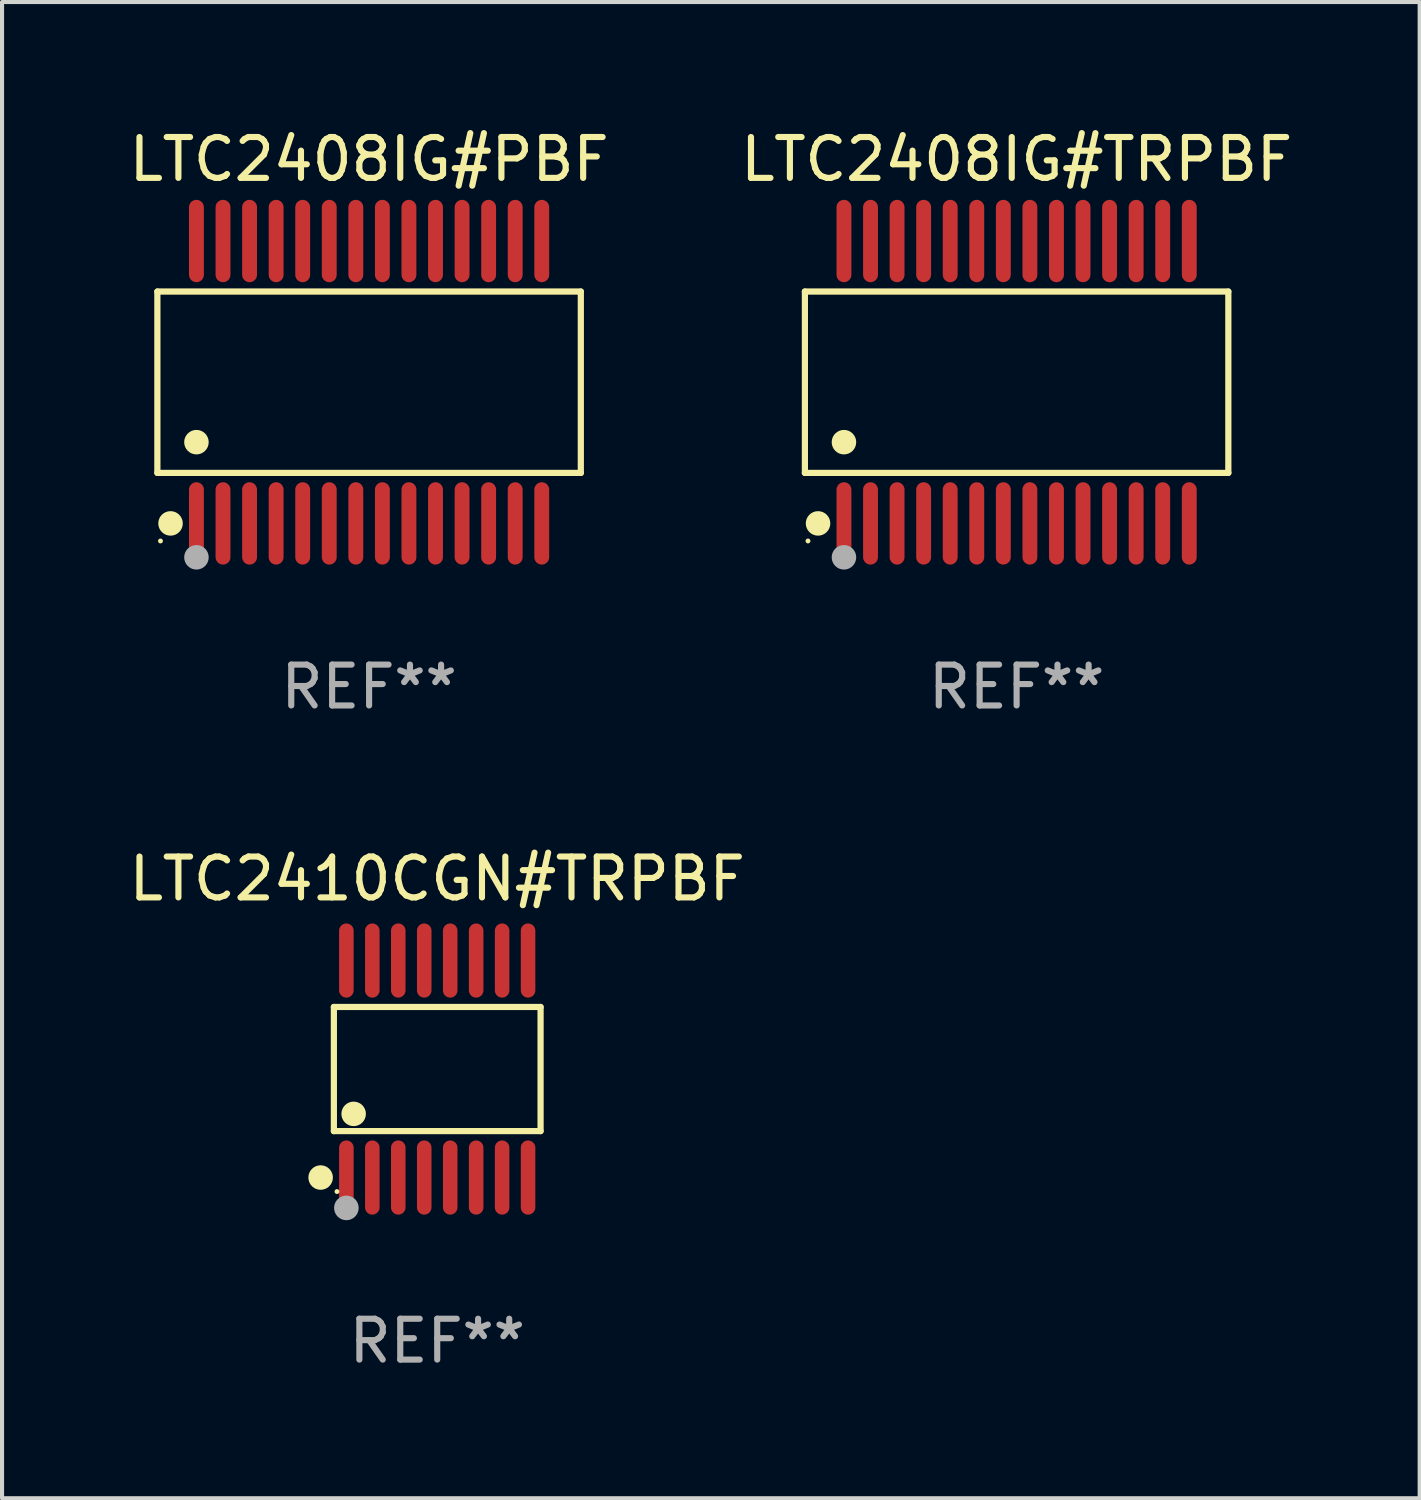
<source format=kicad_pcb>
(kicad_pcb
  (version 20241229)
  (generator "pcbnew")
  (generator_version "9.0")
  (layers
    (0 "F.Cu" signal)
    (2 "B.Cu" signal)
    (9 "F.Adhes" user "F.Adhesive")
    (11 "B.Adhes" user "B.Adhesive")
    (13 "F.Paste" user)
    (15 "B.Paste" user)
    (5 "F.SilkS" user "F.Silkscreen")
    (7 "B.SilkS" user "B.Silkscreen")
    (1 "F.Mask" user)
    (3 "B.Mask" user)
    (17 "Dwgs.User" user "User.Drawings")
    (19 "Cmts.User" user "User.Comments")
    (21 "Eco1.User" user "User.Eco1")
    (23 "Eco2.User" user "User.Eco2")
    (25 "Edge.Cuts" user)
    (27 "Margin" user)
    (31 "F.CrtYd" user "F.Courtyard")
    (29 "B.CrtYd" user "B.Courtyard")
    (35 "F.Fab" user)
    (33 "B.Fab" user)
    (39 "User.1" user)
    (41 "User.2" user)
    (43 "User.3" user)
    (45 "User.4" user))
  (footprint "LTC2408IG#TRPBF"
    (layer "F.Cu")
    (at 21.827 6.303)
    (property "Reference" "LTC2408IG#TRPBF" (at 0 -5.455 0) (layer "F.SilkS") (effects (font (size 1 1) (thickness 0.15))))
    (attr through_hole)
    (fp_line (start -5.181 -2.219) (end 5.181 -2.219) (stroke (width 0.152) (type solid)) (layer "F.SilkS"))
    (fp_line (start -5.181 2.219) (end -5.181 -2.219) (stroke (width 0.152) (type solid)) (layer "F.SilkS"))
    (fp_line (start 5.181 -2.219) (end 5.181 2.219) (stroke (width 0.152) (type solid)) (layer "F.SilkS"))
    (fp_line (start 5.181 2.219) (end -5.181 2.219) (stroke (width 0.152) (type solid)) (layer "F.SilkS"))
    (fp_circle (center -5.105 3.885) (end -5.075 3.885) (stroke (width 0.06) (type solid)) (fill no) (layer "F.SilkS"))
    (fp_circle (center -4.859 3.455) (end -4.709 3.455) (stroke (width 0.3) (type solid)) (fill no) (layer "F.SilkS"))
    (fp_circle (center -4.225 1.467) (end -4.075 1.467) (stroke (width 0.3) (type solid)) (fill no) (layer "F.SilkS"))
    (fp_circle (center -4.225 4.285) (end -4.075 4.285) (stroke (width 0.3) (type solid)) (fill no) (layer "F.Fab"))
    (fp_text user "REF**" (at 0 7.455 0) (layer "F.Fab") (effects (font (size 1 1) (thickness 0.15))))
    (pad "1" smd oval (at -4.225 3.455) (size 0.364 2.015) (layers "F.Cu" "F.Mask" "F.Paste"))
    (pad "2" smd oval (at -3.575 3.455) (size 0.364 2.015) (layers "F.Cu" "F.Mask" "F.Paste"))
    (pad "3" smd oval (at -2.925 3.455) (size 0.364 2.015) (layers "F.Cu" "F.Mask" "F.Paste"))
    (pad "4" smd oval (at -2.275 3.455) (size 0.364 2.015) (layers "F.Cu" "F.Mask" "F.Paste"))
    (pad "5" smd oval (at -1.625 3.455) (size 0.364 2.015) (layers "F.Cu" "F.Mask" "F.Paste"))
    (pad "6" smd oval (at -0.975 3.455) (size 0.364 2.015) (layers "F.Cu" "F.Mask" "F.Paste"))
    (pad "7" smd oval (at -0.325 3.455) (size 0.364 2.015) (layers "F.Cu" "F.Mask" "F.Paste"))
    (pad "8" smd oval (at 0.325 3.455) (size 0.364 2.015) (layers "F.Cu" "F.Mask" "F.Paste"))
    (pad "9" smd oval (at 0.975 3.455) (size 0.364 2.015) (layers "F.Cu" "F.Mask" "F.Paste"))
    (pad "10" smd oval (at 1.625 3.455) (size 0.364 2.015) (layers "F.Cu" "F.Mask" "F.Paste"))
    (pad "11" smd oval (at 2.275 3.455) (size 0.364 2.015) (layers "F.Cu" "F.Mask" "F.Paste"))
    (pad "12" smd oval (at 2.925 3.455) (size 0.364 2.015) (layers "F.Cu" "F.Mask" "F.Paste"))
    (pad "13" smd oval (at 3.575 3.455) (size 0.364 2.015) (layers "F.Cu" "F.Mask" "F.Paste"))
    (pad "14" smd oval (at 4.225 3.455) (size 0.364 2.015) (layers "F.Cu" "F.Mask" "F.Paste"))
    (pad "15" smd oval (at 4.225 -3.455) (size 0.364 2.015) (layers "F.Cu" "F.Mask" "F.Paste"))
    (pad "16" smd oval (at 3.575 -3.455) (size 0.364 2.015) (layers "F.Cu" "F.Mask" "F.Paste"))
    (pad "17" smd oval (at 2.925 -3.455) (size 0.364 2.015) (layers "F.Cu" "F.Mask" "F.Paste"))
    (pad "18" smd oval (at 2.275 -3.455) (size 0.364 2.015) (layers "F.Cu" "F.Mask" "F.Paste"))
    (pad "19" smd oval (at 1.625 -3.455) (size 0.364 2.015) (layers "F.Cu" "F.Mask" "F.Paste"))
    (pad "20" smd oval (at 0.975 -3.455) (size 0.364 2.015) (layers "F.Cu" "F.Mask" "F.Paste"))
    (pad "21" smd oval (at 0.325 -3.455) (size 0.364 2.015) (layers "F.Cu" "F.Mask" "F.Paste"))
    (pad "22" smd oval (at -0.325 -3.455) (size 0.364 2.015) (layers "F.Cu" "F.Mask" "F.Paste"))
    (pad "23" smd oval (at -0.975 -3.455) (size 0.364 2.015) (layers "F.Cu" "F.Mask" "F.Paste"))
    (pad "24" smd oval (at -1.625 -3.455) (size 0.364 2.015) (layers "F.Cu" "F.Mask" "F.Paste"))
    (pad "25" smd oval (at -2.275 -3.455) (size 0.364 2.015) (layers "F.Cu" "F.Mask" "F.Paste"))
    (pad "26" smd oval (at -2.925 -3.455) (size 0.364 2.015) (layers "F.Cu" "F.Mask" "F.Paste"))
    (pad "27" smd oval (at -3.575 -3.455) (size 0.364 2.015) (layers "F.Cu" "F.Mask" "F.Paste"))
    (pad "28" smd oval (at -4.225 -3.455) (size 0.364 2.015) (layers "F.Cu" "F.Mask" "F.Paste")))
  (footprint "LTC2410CGN#TRPBF"
    (layer "F.Cu")
    (at 7.649 23.11)
    (property "Reference" "LTC2410CGN#TRPBF" (at 0 -4.655 0) (layer "F.SilkS") (effects (font (size 1 1) (thickness 0.15))))
    (attr through_hole)
    (fp_line (start -2.529 -1.519) (end 2.529 -1.519) (stroke (width 0.152) (type solid)) (layer "F.SilkS"))
    (fp_line (start -2.529 1.519) (end -2.529 -1.519) (stroke (width 0.152) (type solid)) (layer "F.SilkS"))
    (fp_line (start 2.529 -1.519) (end 2.529 1.519) (stroke (width 0.152) (type solid)) (layer "F.SilkS"))
    (fp_line (start 2.529 1.519) (end -2.529 1.519) (stroke (width 0.152) (type solid)) (layer "F.SilkS"))
    (fp_circle (center -2.853 2.655) (end -2.703 2.655) (stroke (width 0.3) (type solid)) (fill no) (layer "F.SilkS"))
    (fp_circle (center -2.453 2.998) (end -2.423 2.998) (stroke (width 0.06) (type solid)) (fill no) (layer "F.SilkS"))
    (fp_circle (center -2.045 1.097) (end -1.895 1.097) (stroke (width 0.3) (type solid)) (fill no) (layer "F.SilkS"))
    (fp_circle (center -2.223 3.398) (end -2.072 3.398) (stroke (width 0.3) (type solid)) (fill no) (layer "F.Fab"))
    (fp_text user "REF**" (at 0 6.655 0) (layer "F.Fab") (effects (font (size 1 1) (thickness 0.15))))
    (pad "1" smd oval (at -2.223 2.655) (size 0.356 1.815) (layers "F.Cu" "F.Mask" "F.Paste"))
    (pad "2" smd oval (at -1.588 2.655) (size 0.356 1.815) (layers "F.Cu" "F.Mask" "F.Paste"))
    (pad "3" smd oval (at -0.953 2.655) (size 0.356 1.815) (layers "F.Cu" "F.Mask" "F.Paste"))
    (pad "4" smd oval (at -0.318 2.655) (size 0.356 1.815) (layers "F.Cu" "F.Mask" "F.Paste"))
    (pad "5" smd oval (at 0.318 2.655) (size 0.356 1.815) (layers "F.Cu" "F.Mask" "F.Paste"))
    (pad "6" smd oval (at 0.953 2.655) (size 0.356 1.815) (layers "F.Cu" "F.Mask" "F.Paste"))
    (pad "7" smd oval (at 1.588 2.655) (size 0.356 1.815) (layers "F.Cu" "F.Mask" "F.Paste"))
    (pad "8" smd oval (at 2.223 2.655) (size 0.356 1.815) (layers "F.Cu" "F.Mask" "F.Paste"))
    (pad "9" smd oval (at 2.223 -2.655) (size 0.356 1.815) (layers "F.Cu" "F.Mask" "F.Paste"))
    (pad "10" smd oval (at 1.588 -2.655) (size 0.356 1.815) (layers "F.Cu" "F.Mask" "F.Paste"))
    (pad "11" smd oval (at 0.953 -2.655) (size 0.356 1.815) (layers "F.Cu" "F.Mask" "F.Paste"))
    (pad "12" smd oval (at 0.318 -2.655) (size 0.356 1.815) (layers "F.Cu" "F.Mask" "F.Paste"))
    (pad "13" smd oval (at -0.318 -2.655) (size 0.356 1.815) (layers "F.Cu" "F.Mask" "F.Paste"))
    (pad "14" smd oval (at -0.953 -2.655) (size 0.356 1.815) (layers "F.Cu" "F.Mask" "F.Paste"))
    (pad "15" smd oval (at -1.588 -2.655) (size 0.356 1.815) (layers "F.Cu" "F.Mask" "F.Paste"))
    (pad "16" smd oval (at -2.223 -2.655) (size 0.356 1.815) (layers "F.Cu" "F.Mask" "F.Paste")))
  (footprint "LTC2408IG#PBF"
    (layer "F.Cu")
    (at 5.982 6.303)
    (property "Reference" "LTC2408IG#PBF" (at 0 -5.455 0) (layer "F.SilkS") (effects (font (size 1 1) (thickness 0.15))))
    (attr through_hole)
    (fp_line (start -5.181 -2.219) (end 5.181 -2.219) (stroke (width 0.152) (type solid)) (layer "F.SilkS"))
    (fp_line (start -5.181 2.219) (end -5.181 -2.219) (stroke (width 0.152) (type solid)) (layer "F.SilkS"))
    (fp_line (start 5.181 -2.219) (end 5.181 2.219) (stroke (width 0.152) (type solid)) (layer "F.SilkS"))
    (fp_line (start 5.181 2.219) (end -5.181 2.219) (stroke (width 0.152) (type solid)) (layer "F.SilkS"))
    (fp_circle (center -5.105 3.885) (end -5.075 3.885) (stroke (width 0.06) (type solid)) (fill no) (layer "F.SilkS"))
    (fp_circle (center -4.859 3.455) (end -4.709 3.455) (stroke (width 0.3) (type solid)) (fill no) (layer "F.SilkS"))
    (fp_circle (center -4.225 1.467) (end -4.075 1.467) (stroke (width 0.3) (type solid)) (fill no) (layer "F.SilkS"))
    (fp_circle (center -4.225 4.285) (end -4.075 4.285) (stroke (width 0.3) (type solid)) (fill no) (layer "F.Fab"))
    (fp_text user "REF**" (at 0 7.455 0) (layer "F.Fab") (effects (font (size 1 1) (thickness 0.15))))
    (pad "1" smd oval (at -4.225 3.455) (size 0.364 2.015) (layers "F.Cu" "F.Mask" "F.Paste"))
    (pad "2" smd oval (at -3.575 3.455) (size 0.364 2.015) (layers "F.Cu" "F.Mask" "F.Paste"))
    (pad "3" smd oval (at -2.925 3.455) (size 0.364 2.015) (layers "F.Cu" "F.Mask" "F.Paste"))
    (pad "4" smd oval (at -2.275 3.455) (size 0.364 2.015) (layers "F.Cu" "F.Mask" "F.Paste"))
    (pad "5" smd oval (at -1.625 3.455) (size 0.364 2.015) (layers "F.Cu" "F.Mask" "F.Paste"))
    (pad "6" smd oval (at -0.975 3.455) (size 0.364 2.015) (layers "F.Cu" "F.Mask" "F.Paste"))
    (pad "7" smd oval (at -0.325 3.455) (size 0.364 2.015) (layers "F.Cu" "F.Mask" "F.Paste"))
    (pad "8" smd oval (at 0.325 3.455) (size 0.364 2.015) (layers "F.Cu" "F.Mask" "F.Paste"))
    (pad "9" smd oval (at 0.975 3.455) (size 0.364 2.015) (layers "F.Cu" "F.Mask" "F.Paste"))
    (pad "10" smd oval (at 1.625 3.455) (size 0.364 2.015) (layers "F.Cu" "F.Mask" "F.Paste"))
    (pad "11" smd oval (at 2.275 3.455) (size 0.364 2.015) (layers "F.Cu" "F.Mask" "F.Paste"))
    (pad "12" smd oval (at 2.925 3.455) (size 0.364 2.015) (layers "F.Cu" "F.Mask" "F.Paste"))
    (pad "13" smd oval (at 3.575 3.455) (size 0.364 2.015) (layers "F.Cu" "F.Mask" "F.Paste"))
    (pad "14" smd oval (at 4.225 3.455) (size 0.364 2.015) (layers "F.Cu" "F.Mask" "F.Paste"))
    (pad "15" smd oval (at 4.225 -3.455) (size 0.364 2.015) (layers "F.Cu" "F.Mask" "F.Paste"))
    (pad "16" smd oval (at 3.575 -3.455) (size 0.364 2.015) (layers "F.Cu" "F.Mask" "F.Paste"))
    (pad "17" smd oval (at 2.925 -3.455) (size 0.364 2.015) (layers "F.Cu" "F.Mask" "F.Paste"))
    (pad "18" smd oval (at 2.275 -3.455) (size 0.364 2.015) (layers "F.Cu" "F.Mask" "F.Paste"))
    (pad "19" smd oval (at 1.625 -3.455) (size 0.364 2.015) (layers "F.Cu" "F.Mask" "F.Paste"))
    (pad "20" smd oval (at 0.975 -3.455) (size 0.364 2.015) (layers "F.Cu" "F.Mask" "F.Paste"))
    (pad "21" smd oval (at 0.325 -3.455) (size 0.364 2.015) (layers "F.Cu" "F.Mask" "F.Paste"))
    (pad "22" smd oval (at -0.325 -3.455) (size 0.364 2.015) (layers "F.Cu" "F.Mask" "F.Paste"))
    (pad "23" smd oval (at -0.975 -3.455) (size 0.364 2.015) (layers "F.Cu" "F.Mask" "F.Paste"))
    (pad "24" smd oval (at -1.625 -3.455) (size 0.364 2.015) (layers "F.Cu" "F.Mask" "F.Paste"))
    (pad "25" smd oval (at -2.275 -3.455) (size 0.364 2.015) (layers "F.Cu" "F.Mask" "F.Paste"))
    (pad "26" smd oval (at -2.925 -3.455) (size 0.364 2.015) (layers "F.Cu" "F.Mask" "F.Paste"))
    (pad "27" smd oval (at -3.575 -3.455) (size 0.364 2.015) (layers "F.Cu" "F.Mask" "F.Paste"))
    (pad "28" smd oval (at -4.225 -3.455) (size 0.364 2.015) (layers "F.Cu" "F.Mask" "F.Paste")))
  (gr_rect
    (start -3 -3)
    (end 31.69 33.613)
    (stroke (width 0.1) (type default))
    (fill no)
    (layer "Edge.Cuts")))
</source>
